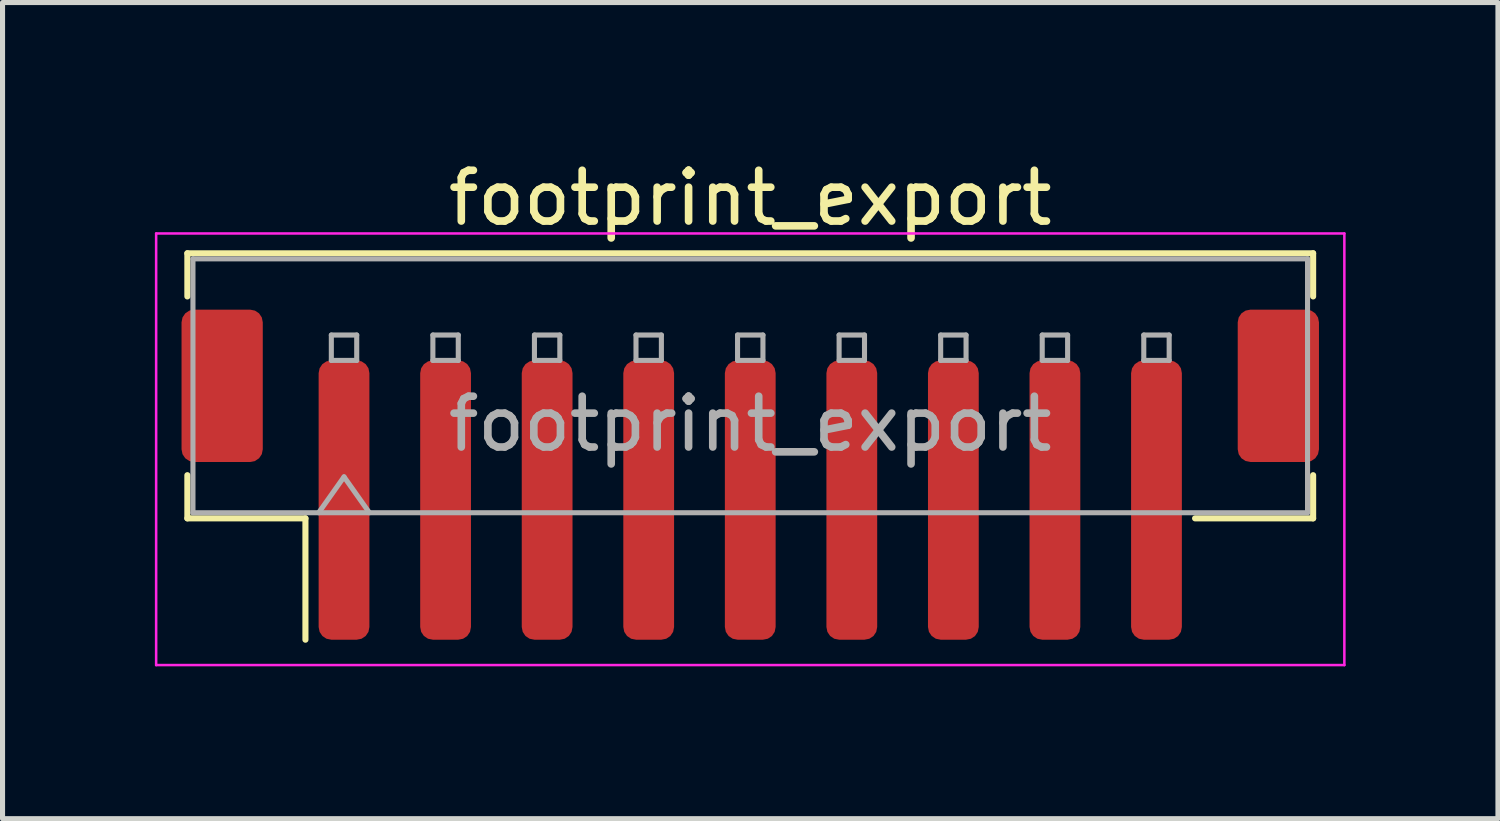
<source format=kicad_pcb>
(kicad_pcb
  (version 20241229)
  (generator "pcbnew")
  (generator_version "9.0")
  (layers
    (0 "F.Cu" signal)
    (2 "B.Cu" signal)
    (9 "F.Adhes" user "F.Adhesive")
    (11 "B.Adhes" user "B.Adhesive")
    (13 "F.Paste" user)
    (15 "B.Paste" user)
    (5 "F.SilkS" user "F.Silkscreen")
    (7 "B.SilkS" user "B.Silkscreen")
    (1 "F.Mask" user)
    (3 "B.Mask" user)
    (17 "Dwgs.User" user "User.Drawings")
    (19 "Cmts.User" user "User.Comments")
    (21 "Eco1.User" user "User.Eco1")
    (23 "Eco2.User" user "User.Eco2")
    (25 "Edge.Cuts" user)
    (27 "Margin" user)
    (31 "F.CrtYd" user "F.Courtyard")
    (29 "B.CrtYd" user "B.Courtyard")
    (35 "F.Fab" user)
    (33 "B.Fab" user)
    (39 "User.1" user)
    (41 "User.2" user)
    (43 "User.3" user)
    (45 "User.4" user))
  (footprint "footprint_export"
    (layer "F.Cu")
    (at 11.725 6.298)
    (property "Reference" "footprint_export" (at 0 -5.45 0) (layer "F.SilkS") (effects (font (size 1 1) (thickness 0.15))))
    (attr smd)
    (fp_line (start -11.085 -4.36) (end 11.085 -4.36) (stroke (width 0.12) (type solid)) (layer "F.SilkS"))
    (fp_line (start -11.085 -3.51) (end -11.085 -4.36) (stroke (width 0.12) (type solid)) (layer "F.SilkS"))
    (fp_line (start -11.085 0.01) (end -11.085 0.86) (stroke (width 0.12) (type solid)) (layer "F.SilkS"))
    (fp_line (start -11.085 0.86) (end -8.76 0.86) (stroke (width 0.12) (type solid)) (layer "F.SilkS"))
    (fp_line (start -8.76 0.86) (end -8.76 3.25) (stroke (width 0.12) (type solid)) (layer "F.SilkS"))
    (fp_line (start 11.085 -4.36) (end 11.085 -3.51) (stroke (width 0.12) (type solid)) (layer "F.SilkS"))
    (fp_line (start 11.085 0.01) (end 11.085 0.86) (stroke (width 0.12) (type solid)) (layer "F.SilkS"))
    (fp_line (start 11.085 0.86) (end 8.76 0.86) (stroke (width 0.12) (type solid)) (layer "F.SilkS"))
    (fp_line (start -11.7 -4.75) (end -11.7 3.75) (stroke (width 0.05) (type solid)) (layer "F.CrtYd"))
    (fp_line (start -11.7 3.75) (end 11.7 3.75) (stroke (width 0.05) (type solid)) (layer "F.CrtYd"))
    (fp_line (start 11.7 -4.75) (end -11.7 -4.75) (stroke (width 0.05) (type solid)) (layer "F.CrtYd"))
    (fp_line (start 11.7 3.75) (end 11.7 -4.75) (stroke (width 0.05) (type solid)) (layer "F.CrtYd"))
    (fp_line (start -10.975 -4.25) (end 10.975 -4.25) (stroke (width 0.1) (type solid)) (layer "F.Fab"))
    (fp_line (start -10.975 0.75) (end -10.975 -4.25) (stroke (width 0.1) (type solid)) (layer "F.Fab"))
    (fp_line (start -10.975 0.75) (end 10.975 0.75) (stroke (width 0.1) (type solid)) (layer "F.Fab"))
    (fp_line (start -8.5 0.75) (end -8 0.043) (stroke (width 0.1) (type solid)) (layer "F.Fab"))
    (fp_line (start -8.25 -2.75) (end -8.25 -2.25) (stroke (width 0.1) (type solid)) (layer "F.Fab"))
    (fp_line (start -8.25 -2.25) (end -7.75 -2.25) (stroke (width 0.1) (type solid)) (layer "F.Fab"))
    (fp_line (start -8 0.043) (end -7.5 0.75) (stroke (width 0.1) (type solid)) (layer "F.Fab"))
    (fp_line (start -7.75 -2.75) (end -8.25 -2.75) (stroke (width 0.1) (type solid)) (layer "F.Fab"))
    (fp_line (start -7.75 -2.25) (end -7.75 -2.75) (stroke (width 0.1) (type solid)) (layer "F.Fab"))
    (fp_line (start -6.25 -2.75) (end -6.25 -2.25) (stroke (width 0.1) (type solid)) (layer "F.Fab"))
    (fp_line (start -6.25 -2.25) (end -5.75 -2.25) (stroke (width 0.1) (type solid)) (layer "F.Fab"))
    (fp_line (start -5.75 -2.75) (end -6.25 -2.75) (stroke (width 0.1) (type solid)) (layer "F.Fab"))
    (fp_line (start -5.75 -2.25) (end -5.75 -2.75) (stroke (width 0.1) (type solid)) (layer "F.Fab"))
    (fp_line (start -4.25 -2.75) (end -4.25 -2.25) (stroke (width 0.1) (type solid)) (layer "F.Fab"))
    (fp_line (start -4.25 -2.25) (end -3.75 -2.25) (stroke (width 0.1) (type solid)) (layer "F.Fab"))
    (fp_line (start -3.75 -2.75) (end -4.25 -2.75) (stroke (width 0.1) (type solid)) (layer "F.Fab"))
    (fp_line (start -3.75 -2.25) (end -3.75 -2.75) (stroke (width 0.1) (type solid)) (layer "F.Fab"))
    (fp_line (start -2.25 -2.75) (end -2.25 -2.25) (stroke (width 0.1) (type solid)) (layer "F.Fab"))
    (fp_line (start -2.25 -2.25) (end -1.75 -2.25) (stroke (width 0.1) (type solid)) (layer "F.Fab"))
    (fp_line (start -1.75 -2.75) (end -2.25 -2.75) (stroke (width 0.1) (type solid)) (layer "F.Fab"))
    (fp_line (start -1.75 -2.25) (end -1.75 -2.75) (stroke (width 0.1) (type solid)) (layer "F.Fab"))
    (fp_line (start -0.25 -2.75) (end -0.25 -2.25) (stroke (width 0.1) (type solid)) (layer "F.Fab"))
    (fp_line (start -0.25 -2.25) (end 0.25 -2.25) (stroke (width 0.1) (type solid)) (layer "F.Fab"))
    (fp_line (start 0.25 -2.75) (end -0.25 -2.75) (stroke (width 0.1) (type solid)) (layer "F.Fab"))
    (fp_line (start 0.25 -2.25) (end 0.25 -2.75) (stroke (width 0.1) (type solid)) (layer "F.Fab"))
    (fp_line (start 1.75 -2.75) (end 1.75 -2.25) (stroke (width 0.1) (type solid)) (layer "F.Fab"))
    (fp_line (start 1.75 -2.25) (end 2.25 -2.25) (stroke (width 0.1) (type solid)) (layer "F.Fab"))
    (fp_line (start 2.25 -2.75) (end 1.75 -2.75) (stroke (width 0.1) (type solid)) (layer "F.Fab"))
    (fp_line (start 2.25 -2.25) (end 2.25 -2.75) (stroke (width 0.1) (type solid)) (layer "F.Fab"))
    (fp_line (start 3.75 -2.75) (end 3.75 -2.25) (stroke (width 0.1) (type solid)) (layer "F.Fab"))
    (fp_line (start 3.75 -2.25) (end 4.25 -2.25) (stroke (width 0.1) (type solid)) (layer "F.Fab"))
    (fp_line (start 4.25 -2.75) (end 3.75 -2.75) (stroke (width 0.1) (type solid)) (layer "F.Fab"))
    (fp_line (start 4.25 -2.25) (end 4.25 -2.75) (stroke (width 0.1) (type solid)) (layer "F.Fab"))
    (fp_line (start 5.75 -2.75) (end 5.75 -2.25) (stroke (width 0.1) (type solid)) (layer "F.Fab"))
    (fp_line (start 5.75 -2.25) (end 6.25 -2.25) (stroke (width 0.1) (type solid)) (layer "F.Fab"))
    (fp_line (start 6.25 -2.75) (end 5.75 -2.75) (stroke (width 0.1) (type solid)) (layer "F.Fab"))
    (fp_line (start 6.25 -2.25) (end 6.25 -2.75) (stroke (width 0.1) (type solid)) (layer "F.Fab"))
    (fp_line (start 7.75 -2.75) (end 7.75 -2.25) (stroke (width 0.1) (type solid)) (layer "F.Fab"))
    (fp_line (start 7.75 -2.25) (end 8.25 -2.25) (stroke (width 0.1) (type solid)) (layer "F.Fab"))
    (fp_line (start 8.25 -2.75) (end 7.75 -2.75) (stroke (width 0.1) (type solid)) (layer "F.Fab"))
    (fp_line (start 8.25 -2.25) (end 8.25 -2.75) (stroke (width 0.1) (type solid)) (layer "F.Fab"))
    (fp_line (start 10.975 0.75) (end 10.975 -4.25) (stroke (width 0.1) (type solid)) (layer "F.Fab"))
    (fp_text user "${REFERENCE}" (at 0 -1 0) (layer "F.Fab") (effects (font (size 1 1) (thickness 0.15))))
    (pad "1" smd roundrect (at -8 0.5) (size 1 5.5) (layers "F.Cu" "F.Mask" "F.Paste") (roundrect_rratio 0.25))
    (pad "2" smd roundrect (at -6 0.5) (size 1 5.5) (layers "F.Cu" "F.Mask" "F.Paste") (roundrect_rratio 0.25))
    (pad "3" smd roundrect (at -4 0.5) (size 1 5.5) (layers "F.Cu" "F.Mask" "F.Paste") (roundrect_rratio 0.25))
    (pad "4" smd roundrect (at -2 0.5) (size 1 5.5) (layers "F.Cu" "F.Mask" "F.Paste") (roundrect_rratio 0.25))
    (pad "5" smd roundrect (at 0 0.5) (size 1 5.5) (layers "F.Cu" "F.Mask" "F.Paste") (roundrect_rratio 0.25))
    (pad "6" smd roundrect (at 2 0.5) (size 1 5.5) (layers "F.Cu" "F.Mask" "F.Paste") (roundrect_rratio 0.25))
    (pad "7" smd roundrect (at 4 0.5) (size 1 5.5) (layers "F.Cu" "F.Mask" "F.Paste") (roundrect_rratio 0.25))
    (pad "8" smd roundrect (at 6 0.5) (size 1 5.5) (layers "F.Cu" "F.Mask" "F.Paste") (roundrect_rratio 0.25))
    (pad "9" smd roundrect (at 8 0.5) (size 1 5.5) (layers "F.Cu" "F.Mask" "F.Paste") (roundrect_rratio 0.25))
    (pad "MP" smd roundrect (at -10.4 -1.75) (size 1.6 3) (layers "F.Cu" "F.Mask" "F.Paste") (roundrect_rratio 0.156))
    (pad "MP" smd roundrect (at 10.4 -1.75) (size 1.6 3) (layers "F.Cu" "F.Mask" "F.Paste") (roundrect_rratio 0.156)))
  (gr_rect
    (start -3 -3)
    (end 26.45 13.073)
    (stroke (width 0.1) (type default))
    (fill no)
    (layer "Edge.Cuts")))
</source>
